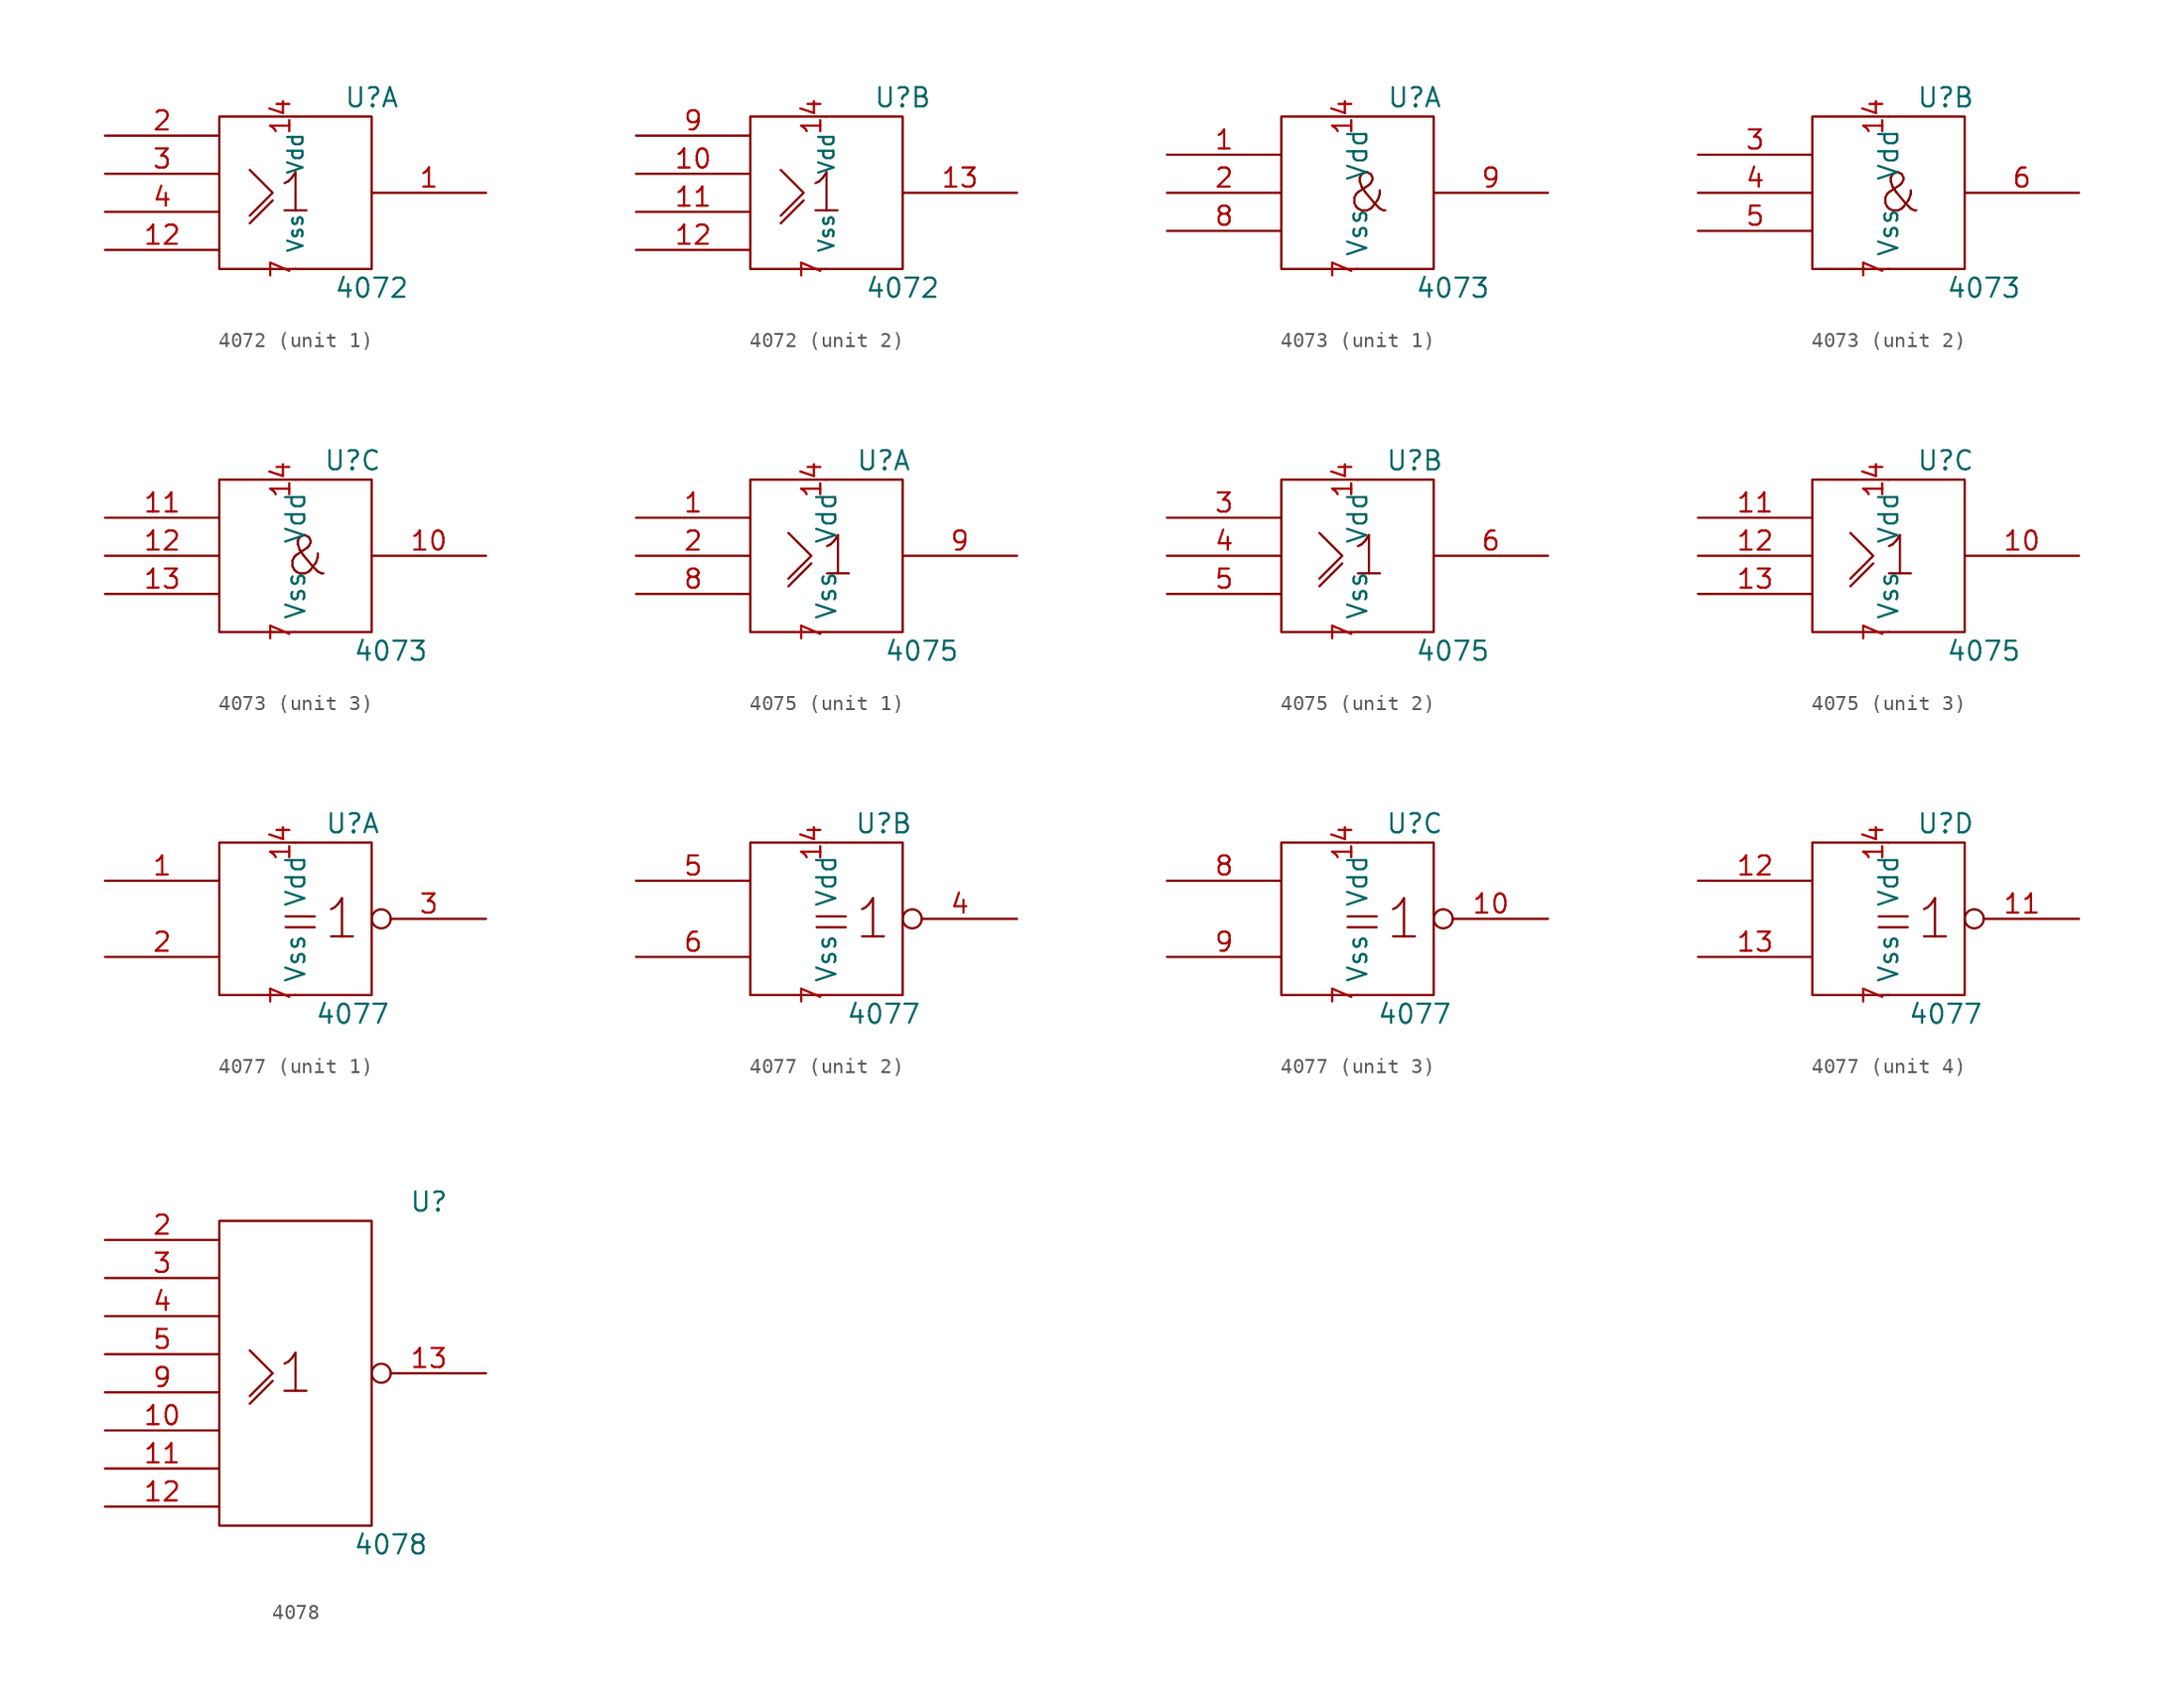
<source format=kicad_sym>
(kicad_symbol_lib
  (version 20201005)
  (generator kicad_symbol_editor)
  (symbol "4xxx_IEEE:4072"
    (pin_names
      (offset 1.016))
    (property "Reference" "U"
      (at 5.08 6.35 0)
      (effects (font (size 1.27 1.27))))
    (property "Value" "4072"
      (at 5.08 -6.35 0)
      (effects (font (size 1.27 1.27))))
    (symbol "4072_0_0"
      (text "1" (at 0 0 0) (effects (font (size 2.54 2.54))))
      (polyline (pts (xy -3.048 -2.032) (xy -1.524 -0.508) (xy -1.524 -0.508)) (stroke (width 0)) (fill (type none)))
      (polyline (pts (xy -3.048 1.524) (xy -1.524 0) (xy -3.048 -1.524) (xy -3.048 -1.524)) (stroke (width 0)) (fill (type none))))
    (symbol "4072_0_1"
      (rectangle (start -5.08 5.08) (end 5.08 -5.08) (stroke (width 0)) (fill (type none)))
      (pin power_in line (at 0 5.08 270) (length 0) (name "Vdd" (effects (font (size 1.016 1.016)))) (number "14" (effects (font (size 1.27 1.27)))))
      (pin power_in line (at 0 -5.08 90) (length 0) (name "Vss" (effects (font (size 1.016 1.016)))) (number "7" (effects (font (size 1.27 1.27))))))
    (symbol "4072_1_1"
      (pin output line (at 12.7 0 180) (length 7.62) (name "~" (effects (font (size 1.27 1.27)))) (number "1" (effects (font (size 1.27 1.27)))))
      (pin power_in line (at -12.7 -3.81 0) (length 7.62) (name "~" (effects (font (size 1.016 1.016)))) (number "12" (effects (font (size 1.27 1.27)))))
      (pin input line (at -12.7 3.81 0) (length 7.62) (name "~" (effects (font (size 1.27 1.27)))) (number "2" (effects (font (size 1.27 1.27)))))
      (pin input line (at -12.7 1.27 0) (length 7.62) (name "~" (effects (font (size 1.27 1.27)))) (number "3" (effects (font (size 1.27 1.27)))))
      (pin input line (at -12.7 -1.27 0) (length 7.62) (name "~" (effects (font (size 1.27 1.27)))) (number "4" (effects (font (size 1.27 1.27))))))
    (symbol "4072_2_1"
      (pin input line (at -12.7 1.27 0) (length 7.62) (name "~" (effects (font (size 1.27 1.27)))) (number "10" (effects (font (size 1.27 1.27)))))
      (pin input line (at -12.7 -1.27 0) (length 7.62) (name "~" (effects (font (size 1.27 1.27)))) (number "11" (effects (font (size 1.27 1.27)))))
      (pin power_in line (at -12.7 -3.81 0) (length 7.62) (name "~" (effects (font (size 1.016 1.016)))) (number "12" (effects (font (size 1.27 1.27)))))
      (pin output line (at 12.7 0 180) (length 7.62) (name "~" (effects (font (size 1.27 1.27)))) (number "13" (effects (font (size 1.27 1.27)))))
      (pin input line (at -12.7 3.81 0) (length 7.62) (name "~" (effects (font (size 1.27 1.27)))) (number "9" (effects (font (size 1.27 1.27)))))))
  (symbol "4xxx_IEEE:4073"
    (pin_names
      (offset 0.762))
    (property "Reference" "U"
      (at 3.81 6.35 0)
      (effects (font (size 1.27 1.27))))
    (property "Value" "4073"
      (at 6.35 -6.35 0)
      (effects (font (size 1.27 1.27))))
    (symbol "4073_0_0"
      (text "&" (at 0.762 0 0) (effects (font (size 2.54 2.54))))
      (rectangle (start -5.08 5.08) (end 5.08 -5.08) (stroke (width 0)) (fill (type none)))
      (pin power_in line (at 0 5.08 270) (length 0) (name "Vdd" (effects (font (size 1.27 1.27)))) (number "14" (effects (font (size 1.27 1.27)))))
      (pin power_in line (at 0 -5.08 90) (length 0) (name "Vss" (effects (font (size 1.27 1.27)))) (number "7" (effects (font (size 1.27 1.27))))))
    (symbol "4073_1_1"
      (pin input line (at -12.7 2.54 0) (length 7.62) (name "~" (effects (font (size 1.27 1.27)))) (number "1" (effects (font (size 1.27 1.27)))))
      (pin input line (at -12.7 0 0) (length 7.62) (name "~" (effects (font (size 1.27 1.27)))) (number "2" (effects (font (size 1.27 1.27)))))
      (pin input line (at -12.7 -2.54 0) (length 7.62) (name "~" (effects (font (size 1.27 1.27)))) (number "8" (effects (font (size 1.27 1.27)))))
      (pin output line (at 12.7 0 180) (length 7.62) (name "~" (effects (font (size 1.27 1.27)))) (number "9" (effects (font (size 1.27 1.27))))))
    (symbol "4073_2_1"
      (pin input line (at -12.7 2.54 0) (length 7.62) (name "~" (effects (font (size 1.27 1.27)))) (number "3" (effects (font (size 1.27 1.27)))))
      (pin input line (at -12.7 0 0) (length 7.62) (name "~" (effects (font (size 1.27 1.27)))) (number "4" (effects (font (size 1.27 1.27)))))
      (pin input line (at -12.7 -2.54 0) (length 7.62) (name "~" (effects (font (size 1.27 1.27)))) (number "5" (effects (font (size 1.27 1.27)))))
      (pin output line (at 12.7 0 180) (length 7.62) (name "~" (effects (font (size 1.27 1.27)))) (number "6" (effects (font (size 1.27 1.27))))))
    (symbol "4073_3_1"
      (pin output line (at 12.7 0 180) (length 7.62) (name "~" (effects (font (size 1.27 1.27)))) (number "10" (effects (font (size 1.27 1.27)))))
      (pin input line (at -12.7 2.54 0) (length 7.62) (name "~" (effects (font (size 1.27 1.27)))) (number "11" (effects (font (size 1.27 1.27)))))
      (pin input line (at -12.7 0 0) (length 7.62) (name "~" (effects (font (size 1.27 1.27)))) (number "12" (effects (font (size 1.27 1.27)))))
      (pin input line (at -12.7 -2.54 0) (length 7.62) (name "~" (effects (font (size 1.27 1.27)))) (number "13" (effects (font (size 1.27 1.27)))))))
  (symbol "4xxx_IEEE:4075"
    (pin_names
      (offset 0.762))
    (property "Reference" "U"
      (at 3.81 6.35 0)
      (effects (font (size 1.27 1.27))))
    (property "Value" "4075"
      (at 6.35 -6.35 0)
      (effects (font (size 1.27 1.27))))
    (symbol "4075_0_0"
      (text "1" (at 0.762 0 0) (effects (font (size 2.54 2.54))))
      (rectangle (start -5.08 5.08) (end 5.08 -5.08) (stroke (width 0)) (fill (type none)))
      (polyline (pts (xy -2.54 -2.032) (xy -1.016 -0.508) (xy -1.016 -0.508)) (stroke (width 0)) (fill (type none)))
      (polyline (pts (xy -2.54 1.524) (xy -1.016 0) (xy -2.54 -1.524) (xy -2.54 -1.524)) (stroke (width 0)) (fill (type none)))
      (pin power_in line (at 0 5.08 270) (length 0) (name "Vdd" (effects (font (size 1.27 1.27)))) (number "14" (effects (font (size 1.27 1.27)))))
      (pin power_in line (at 0 -5.08 90) (length 0) (name "Vss" (effects (font (size 1.27 1.27)))) (number "7" (effects (font (size 1.27 1.27))))))
    (symbol "4075_1_1"
      (pin input line (at -12.7 2.54 0) (length 7.62) (name "~" (effects (font (size 1.27 1.27)))) (number "1" (effects (font (size 1.27 1.27)))))
      (pin input line (at -12.7 0 0) (length 7.62) (name "~" (effects (font (size 1.27 1.27)))) (number "2" (effects (font (size 1.27 1.27)))))
      (pin input line (at -12.7 -2.54 0) (length 7.62) (name "~" (effects (font (size 1.27 1.27)))) (number "8" (effects (font (size 1.27 1.27)))))
      (pin output line (at 12.7 0 180) (length 7.62) (name "~" (effects (font (size 1.27 1.27)))) (number "9" (effects (font (size 1.27 1.27))))))
    (symbol "4075_2_1"
      (pin input line (at -12.7 2.54 0) (length 7.62) (name "~" (effects (font (size 1.27 1.27)))) (number "3" (effects (font (size 1.27 1.27)))))
      (pin input line (at -12.7 0 0) (length 7.62) (name "~" (effects (font (size 1.27 1.27)))) (number "4" (effects (font (size 1.27 1.27)))))
      (pin input line (at -12.7 -2.54 0) (length 7.62) (name "~" (effects (font (size 1.27 1.27)))) (number "5" (effects (font (size 1.27 1.27)))))
      (pin output line (at 12.7 0 180) (length 7.62) (name "~" (effects (font (size 1.27 1.27)))) (number "6" (effects (font (size 1.27 1.27))))))
    (symbol "4075_3_1"
      (pin output line (at 12.7 0 180) (length 7.62) (name "~" (effects (font (size 1.27 1.27)))) (number "10" (effects (font (size 1.27 1.27)))))
      (pin input line (at -12.7 2.54 0) (length 7.62) (name "~" (effects (font (size 1.27 1.27)))) (number "11" (effects (font (size 1.27 1.27)))))
      (pin input line (at -12.7 0 0) (length 7.62) (name "~" (effects (font (size 1.27 1.27)))) (number "12" (effects (font (size 1.27 1.27)))))
      (pin input line (at -12.7 -2.54 0) (length 7.62) (name "~" (effects (font (size 1.27 1.27)))) (number "13" (effects (font (size 1.27 1.27)))))))
  (symbol "4xxx_IEEE:4077"
    (pin_names
      (offset 0.762))
    (property "Reference" "U"
      (at 3.81 6.35 0)
      (effects (font (size 1.27 1.27))))
    (property "Value" "4077"
      (at 3.81 -6.35 0)
      (effects (font (size 1.27 1.27))))
    (symbol "4077_0_0"
      (text "=1" (at 1.524 0 0) (effects (font (size 2.54 2.54))))
      (rectangle (start -5.08 5.08) (end 5.08 -5.08) (stroke (width 0)) (fill (type none)))
      (pin power_in line (at 0 5.08 270) (length 0) (name "Vdd" (effects (font (size 1.27 1.27)))) (number "14" (effects (font (size 1.27 1.27)))))
      (pin power_in line (at 0 -5.08 90) (length 0) (name "Vss" (effects (font (size 1.27 1.27)))) (number "7" (effects (font (size 1.27 1.27))))))
    (symbol "4077_1_1"
      (pin input line (at -12.7 2.54 0) (length 7.62) (name "~" (effects (font (size 1.27 1.27)))) (number "1" (effects (font (size 1.27 1.27)))))
      (pin input line (at -12.7 -2.54 0) (length 7.62) (name "~" (effects (font (size 1.27 1.27)))) (number "2" (effects (font (size 1.27 1.27)))))
      (pin output inverted (at 12.7 0 180) (length 7.62) (name "~" (effects (font (size 1.27 1.27)))) (number "3" (effects (font (size 1.27 1.27))))))
    (symbol "4077_2_1"
      (pin output inverted (at 12.7 0 180) (length 7.62) (name "~" (effects (font (size 1.27 1.27)))) (number "4" (effects (font (size 1.27 1.27)))))
      (pin input line (at -12.7 2.54 0) (length 7.62) (name "~" (effects (font (size 1.27 1.27)))) (number "5" (effects (font (size 1.27 1.27)))))
      (pin input line (at -12.7 -2.54 0) (length 7.62) (name "~" (effects (font (size 1.27 1.27)))) (number "6" (effects (font (size 1.27 1.27))))))
    (symbol "4077_3_1"
      (pin output inverted (at 12.7 0 180) (length 7.62) (name "~" (effects (font (size 1.27 1.27)))) (number "10" (effects (font (size 1.27 1.27)))))
      (pin input line (at -12.7 2.54 0) (length 7.62) (name "~" (effects (font (size 1.27 1.27)))) (number "8" (effects (font (size 1.27 1.27)))))
      (pin input line (at -12.7 -2.54 0) (length 7.62) (name "~" (effects (font (size 1.27 1.27)))) (number "9" (effects (font (size 1.27 1.27))))))
    (symbol "4077_4_1"
      (pin output inverted (at 12.7 0 180) (length 7.62) (name "~" (effects (font (size 1.27 1.27)))) (number "11" (effects (font (size 1.27 1.27)))))
      (pin input line (at -12.7 2.54 0) (length 7.62) (name "~" (effects (font (size 1.27 1.27)))) (number "12" (effects (font (size 1.27 1.27)))))
      (pin input line (at -12.7 -2.54 0) (length 7.62) (name "~" (effects (font (size 1.27 1.27)))) (number "13" (effects (font (size 1.27 1.27)))))))
  (symbol "4xxx_IEEE:4078"
    (pin_names
      (offset 0.762))
    (property "Reference" "U"
      (at 8.89 11.43 0)
      (effects (font (size 1.27 1.27))))
    (property "Value" "4078"
      (at 6.35 -11.43 0)
      (effects (font (size 1.27 1.27))))
    (symbol "4078_0_0"
      (text "1" (at 0 0 0) (effects (font (size 2.54 2.54))))
      (rectangle (start -5.08 10.16) (end 5.08 -10.16) (stroke (width 0)) (fill (type none)))
      (polyline (pts (xy -3.048 -2.032) (xy -1.524 -0.508) (xy -1.524 -0.508)) (stroke (width 0)) (fill (type none)))
      (polyline (pts (xy -3.048 1.524) (xy -1.524 0) (xy -3.048 -1.524) (xy -3.048 -1.524)) (stroke (width 0)) (fill (type none)))
      (pin power_in line (at 0 10.16 270) (length 0) hide (name "Vdd" (effects (font (size 1.016 1.016)))) (number "14" (effects (font (size 1.27 1.27)))))
      (pin power_in line (at 0 -10.16 90) (length 0) hide (name "Vss" (effects (font (size 1.016 1.016)))) (number "7" (effects (font (size 1.27 1.27))))))
    (symbol "4078_1_1"
      (pin output line (at -12.7 -3.81 0) (length 7.62) (name "~" (effects (font (size 1.27 1.27)))) (number "10" (effects (font (size 1.27 1.27)))))
      (pin output line (at -12.7 -6.35 0) (length 7.62) (name "~" (effects (font (size 1.27 1.27)))) (number "11" (effects (font (size 1.27 1.27)))))
      (pin power_in line (at -12.7 -8.89 0) (length 7.62) (name "~" (effects (font (size 1.016 1.016)))) (number "12" (effects (font (size 1.27 1.27)))))
      (pin output inverted (at 12.7 0 180) (length 7.62) (name "~" (effects (font (size 1.27 1.27)))) (number "13" (effects (font (size 1.27 1.27)))))
      (pin input line (at -12.7 8.89 0) (length 7.62) (name "~" (effects (font (size 1.27 1.27)))) (number "2" (effects (font (size 1.27 1.27)))))
      (pin input line (at -12.7 6.35 0) (length 7.62) (name "~" (effects (font (size 1.27 1.27)))) (number "3" (effects (font (size 1.27 1.27)))))
      (pin input line (at -12.7 3.81 0) (length 7.62) (name "~" (effects (font (size 1.27 1.27)))) (number "4" (effects (font (size 1.27 1.27)))))
      (pin output line (at -12.7 1.27 0) (length 7.62) (name "~" (effects (font (size 1.27 1.27)))) (number "5" (effects (font (size 1.27 1.27)))))
      (pin output line (at -12.7 -1.27 0) (length 7.62) (name "~" (effects (font (size 1.27 1.27)))) (number "9" (effects (font (size 1.27 1.27))))))))
</source>
